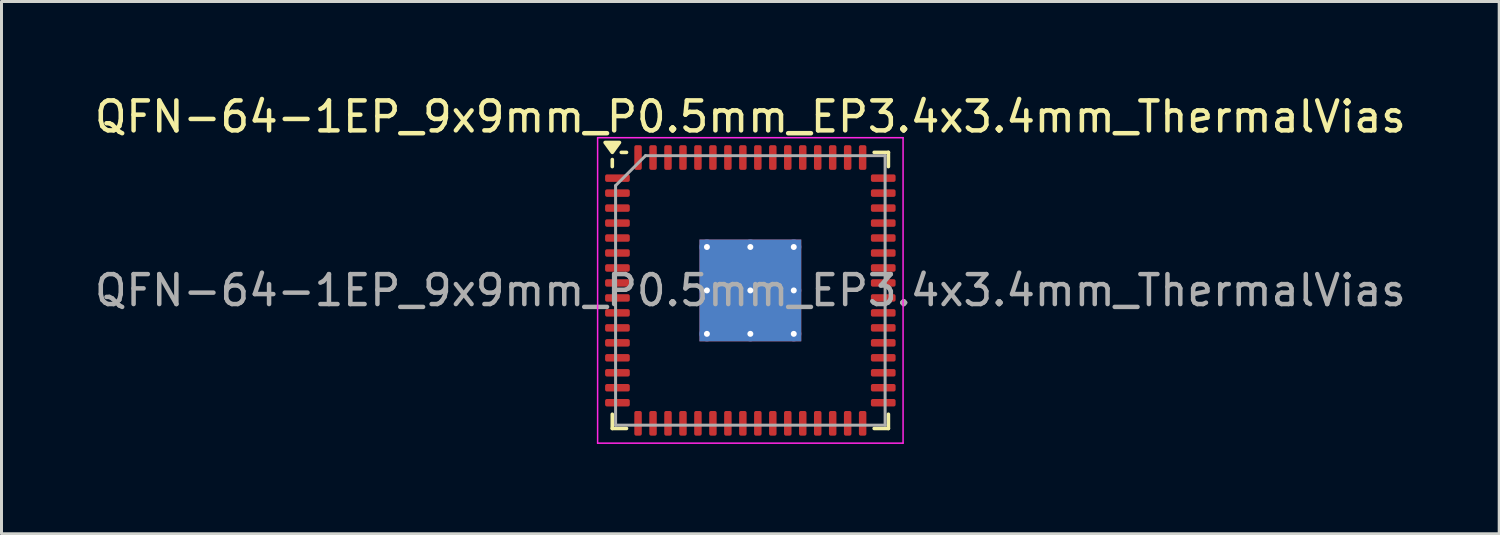
<source format=kicad_pcb>
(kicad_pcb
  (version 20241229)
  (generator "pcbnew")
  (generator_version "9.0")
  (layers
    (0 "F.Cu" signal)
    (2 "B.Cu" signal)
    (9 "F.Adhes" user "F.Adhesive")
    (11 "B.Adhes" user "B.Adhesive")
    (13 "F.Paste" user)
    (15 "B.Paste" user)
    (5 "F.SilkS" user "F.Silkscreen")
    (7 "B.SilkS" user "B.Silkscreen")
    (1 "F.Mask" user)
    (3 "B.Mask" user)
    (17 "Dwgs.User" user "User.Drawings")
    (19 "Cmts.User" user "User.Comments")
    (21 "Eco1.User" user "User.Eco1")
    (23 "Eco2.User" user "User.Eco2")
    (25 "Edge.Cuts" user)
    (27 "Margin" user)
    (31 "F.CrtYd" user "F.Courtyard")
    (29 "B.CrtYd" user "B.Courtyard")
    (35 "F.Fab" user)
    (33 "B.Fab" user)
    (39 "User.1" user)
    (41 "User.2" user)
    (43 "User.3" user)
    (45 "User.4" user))
  (footprint "QFN-64-1EP_9x9mm_P0.5mm_EP3.4x3.4mm_ThermalVias"
    (layer "F.Cu")
    (at 22.006 6.648)
    (property "Reference" "QFN-64-1EP_9x9mm_P0.5mm_EP3.4x3.4mm_ThermalVias" (at 0 -5.8 0) (layer "F.SilkS") (effects (font (size 1 1) (thickness 0.15))))
    (attr smd)
    (fp_line (start -4.61 -4.135) (end -4.61 -4.37) (stroke (width 0.12) (type solid)) (layer "F.SilkS"))
    (fp_line (start -4.61 4.61) (end -4.61 4.135) (stroke (width 0.12) (type solid)) (layer "F.SilkS"))
    (fp_line (start -4.135 -4.61) (end -4.31 -4.61) (stroke (width 0.12) (type solid)) (layer "F.SilkS"))
    (fp_line (start -4.135 4.61) (end -4.61 4.61) (stroke (width 0.12) (type solid)) (layer "F.SilkS"))
    (fp_line (start 4.135 -4.61) (end 4.61 -4.61) (stroke (width 0.12) (type solid)) (layer "F.SilkS"))
    (fp_line (start 4.135 4.61) (end 4.61 4.61) (stroke (width 0.12) (type solid)) (layer "F.SilkS"))
    (fp_line (start 4.61 -4.61) (end 4.61 -4.135) (stroke (width 0.12) (type solid)) (layer "F.SilkS"))
    (fp_line (start 4.61 4.61) (end 4.61 4.135) (stroke (width 0.12) (type solid)) (layer "F.SilkS"))
    (fp_poly (pts (xy -4.61 -4.61) (xy -4.85 -4.94) (xy -4.37 -4.94) (xy -4.61 -4.61)) (stroke (width 0.12) (type solid)) (fill yes) (layer "F.SilkS"))
    (fp_line (start -5.1 -5.1) (end -5.1 5.1) (stroke (width 0.05) (type solid)) (layer "F.CrtYd"))
    (fp_line (start -5.1 5.1) (end 5.1 5.1) (stroke (width 0.05) (type solid)) (layer "F.CrtYd"))
    (fp_line (start 5.1 -5.1) (end -5.1 -5.1) (stroke (width 0.05) (type solid)) (layer "F.CrtYd"))
    (fp_line (start 5.1 5.1) (end 5.1 -5.1) (stroke (width 0.05) (type solid)) (layer "F.CrtYd"))
    (fp_line (start -4.5 -3.5) (end -3.5 -4.5) (stroke (width 0.1) (type solid)) (layer "F.Fab"))
    (fp_line (start -4.5 4.5) (end -4.5 -3.5) (stroke (width 0.1) (type solid)) (layer "F.Fab"))
    (fp_line (start -3.5 -4.5) (end 4.5 -4.5) (stroke (width 0.1) (type solid)) (layer "F.Fab"))
    (fp_line (start 4.5 -4.5) (end 4.5 4.5) (stroke (width 0.1) (type solid)) (layer "F.Fab"))
    (fp_line (start 4.5 4.5) (end -4.5 4.5) (stroke (width 0.1) (type solid)) (layer "F.Fab"))
    (fp_text user "${REFERENCE}" (at 0 0 0) (layer "F.Fab") (effects (font (size 1 1) (thickness 0.15))))
    (pad "" smd custom (at -0.8 -0.8) (size 1.227 1.227) (layers "F.Paste") (options (anchor circle)) (primitives (gr_poly (pts (xy -0.541 -0.422) (xy -0.422 -0.541) (xy 0.422 -0.541) (xy 0.541 -0.422) (xy 0.541 0.422) (xy 0.422 0.541) (xy -0.422 0.541) (xy -0.541 0.422)) (width 0.288) (fill yes))))
    (pad "" smd custom (at -0.8 0.79) (size 1.227 1.227) (layers "F.Paste") (options (anchor circle)) (primitives (gr_poly (pts (xy -0.541 -0.422) (xy -0.422 -0.541) (xy 0.422 -0.541) (xy 0.541 -0.422) (xy 0.541 0.422) (xy 0.422 0.541) (xy -0.422 0.541) (xy -0.541 0.422)) (width 0.288) (fill yes))))
    (pad "" smd custom (at 0.79 -0.8) (size 1.227 1.227) (layers "F.Paste") (options (anchor circle)) (primitives (gr_poly (pts (xy -0.541 -0.422) (xy -0.422 -0.541) (xy 0.422 -0.541) (xy 0.541 -0.422) (xy 0.541 0.422) (xy 0.422 0.541) (xy -0.422 0.541) (xy -0.541 0.422)) (width 0.288) (fill yes))))
    (pad "" smd custom (at 0.79 0.79) (size 1.227 1.227) (layers "F.Paste") (options (anchor circle)) (primitives (gr_poly (pts (xy -0.541 -0.422) (xy -0.422 -0.541) (xy 0.422 -0.541) (xy 0.541 -0.422) (xy 0.541 0.422) (xy 0.422 0.541) (xy -0.422 0.541) (xy -0.541 0.422)) (width 0.288) (fill yes))))
    (pad "1" smd roundrect (at -4.438 -3.75) (size 0.825 0.25) (layers "F.Cu" "F.Mask" "F.Paste") (roundrect_rratio 0.25))
    (pad "2" smd roundrect (at -4.438 -3.25) (size 0.825 0.25) (layers "F.Cu" "F.Mask" "F.Paste") (roundrect_rratio 0.25))
    (pad "3" smd roundrect (at -4.438 -2.75) (size 0.825 0.25) (layers "F.Cu" "F.Mask" "F.Paste") (roundrect_rratio 0.25))
    (pad "4" smd roundrect (at -4.438 -2.25) (size 0.825 0.25) (layers "F.Cu" "F.Mask" "F.Paste") (roundrect_rratio 0.25))
    (pad "5" smd roundrect (at -4.438 -1.75) (size 0.825 0.25) (layers "F.Cu" "F.Mask" "F.Paste") (roundrect_rratio 0.25))
    (pad "6" smd roundrect (at -4.438 -1.25) (size 0.825 0.25) (layers "F.Cu" "F.Mask" "F.Paste") (roundrect_rratio 0.25))
    (pad "7" smd roundrect (at -4.438 -0.75) (size 0.825 0.25) (layers "F.Cu" "F.Mask" "F.Paste") (roundrect_rratio 0.25))
    (pad "8" smd roundrect (at -4.438 -0.25) (size 0.825 0.25) (layers "F.Cu" "F.Mask" "F.Paste") (roundrect_rratio 0.25))
    (pad "9" smd roundrect (at -4.438 0.25) (size 0.825 0.25) (layers "F.Cu" "F.Mask" "F.Paste") (roundrect_rratio 0.25))
    (pad "10" smd roundrect (at -4.438 0.75) (size 0.825 0.25) (layers "F.Cu" "F.Mask" "F.Paste") (roundrect_rratio 0.25))
    (pad "11" smd roundrect (at -4.438 1.25) (size 0.825 0.25) (layers "F.Cu" "F.Mask" "F.Paste") (roundrect_rratio 0.25))
    (pad "12" smd roundrect (at -4.438 1.75) (size 0.825 0.25) (layers "F.Cu" "F.Mask" "F.Paste") (roundrect_rratio 0.25))
    (pad "13" smd roundrect (at -4.438 2.25) (size 0.825 0.25) (layers "F.Cu" "F.Mask" "F.Paste") (roundrect_rratio 0.25))
    (pad "14" smd roundrect (at -4.438 2.75) (size 0.825 0.25) (layers "F.Cu" "F.Mask" "F.Paste") (roundrect_rratio 0.25))
    (pad "15" smd roundrect (at -4.438 3.25) (size 0.825 0.25) (layers "F.Cu" "F.Mask" "F.Paste") (roundrect_rratio 0.25))
    (pad "16" smd roundrect (at -4.438 3.75) (size 0.825 0.25) (layers "F.Cu" "F.Mask" "F.Paste") (roundrect_rratio 0.25))
    (pad "17" smd roundrect (at -3.75 4.438) (size 0.25 0.825) (layers "F.Cu" "F.Mask" "F.Paste") (roundrect_rratio 0.25))
    (pad "18" smd roundrect (at -3.25 4.438) (size 0.25 0.825) (layers "F.Cu" "F.Mask" "F.Paste") (roundrect_rratio 0.25))
    (pad "19" smd roundrect (at -2.75 4.438) (size 0.25 0.825) (layers "F.Cu" "F.Mask" "F.Paste") (roundrect_rratio 0.25))
    (pad "20" smd roundrect (at -2.25 4.438) (size 0.25 0.825) (layers "F.Cu" "F.Mask" "F.Paste") (roundrect_rratio 0.25))
    (pad "21" smd roundrect (at -1.75 4.438) (size 0.25 0.825) (layers "F.Cu" "F.Mask" "F.Paste") (roundrect_rratio 0.25))
    (pad "22" smd roundrect (at -1.25 4.438) (size 0.25 0.825) (layers "F.Cu" "F.Mask" "F.Paste") (roundrect_rratio 0.25))
    (pad "23" smd roundrect (at -0.75 4.438) (size 0.25 0.825) (layers "F.Cu" "F.Mask" "F.Paste") (roundrect_rratio 0.25))
    (pad "24" smd roundrect (at -0.25 4.438) (size 0.25 0.825) (layers "F.Cu" "F.Mask" "F.Paste") (roundrect_rratio 0.25))
    (pad "25" smd roundrect (at 0.25 4.438) (size 0.25 0.825) (layers "F.Cu" "F.Mask" "F.Paste") (roundrect_rratio 0.25))
    (pad "26" smd roundrect (at 0.75 4.438) (size 0.25 0.825) (layers "F.Cu" "F.Mask" "F.Paste") (roundrect_rratio 0.25))
    (pad "27" smd roundrect (at 1.25 4.438) (size 0.25 0.825) (layers "F.Cu" "F.Mask" "F.Paste") (roundrect_rratio 0.25))
    (pad "28" smd roundrect (at 1.75 4.438) (size 0.25 0.825) (layers "F.Cu" "F.Mask" "F.Paste") (roundrect_rratio 0.25))
    (pad "29" smd roundrect (at 2.25 4.438) (size 0.25 0.825) (layers "F.Cu" "F.Mask" "F.Paste") (roundrect_rratio 0.25))
    (pad "30" smd roundrect (at 2.75 4.438) (size 0.25 0.825) (layers "F.Cu" "F.Mask" "F.Paste") (roundrect_rratio 0.25))
    (pad "31" smd roundrect (at 3.25 4.438) (size 0.25 0.825) (layers "F.Cu" "F.Mask" "F.Paste") (roundrect_rratio 0.25))
    (pad "32" smd roundrect (at 3.75 4.438) (size 0.25 0.825) (layers "F.Cu" "F.Mask" "F.Paste") (roundrect_rratio 0.25))
    (pad "33" smd roundrect (at 4.438 3.75) (size 0.825 0.25) (layers "F.Cu" "F.Mask" "F.Paste") (roundrect_rratio 0.25))
    (pad "34" smd roundrect (at 4.438 3.25) (size 0.825 0.25) (layers "F.Cu" "F.Mask" "F.Paste") (roundrect_rratio 0.25))
    (pad "35" smd roundrect (at 4.438 2.75) (size 0.825 0.25) (layers "F.Cu" "F.Mask" "F.Paste") (roundrect_rratio 0.25))
    (pad "36" smd roundrect (at 4.438 2.25) (size 0.825 0.25) (layers "F.Cu" "F.Mask" "F.Paste") (roundrect_rratio 0.25))
    (pad "37" smd roundrect (at 4.438 1.75) (size 0.825 0.25) (layers "F.Cu" "F.Mask" "F.Paste") (roundrect_rratio 0.25))
    (pad "38" smd roundrect (at 4.438 1.25) (size 0.825 0.25) (layers "F.Cu" "F.Mask" "F.Paste") (roundrect_rratio 0.25))
    (pad "39" smd roundrect (at 4.438 0.75) (size 0.825 0.25) (layers "F.Cu" "F.Mask" "F.Paste") (roundrect_rratio 0.25))
    (pad "40" smd roundrect (at 4.438 0.25) (size 0.825 0.25) (layers "F.Cu" "F.Mask" "F.Paste") (roundrect_rratio 0.25))
    (pad "41" smd roundrect (at 4.438 -0.25) (size 0.825 0.25) (layers "F.Cu" "F.Mask" "F.Paste") (roundrect_rratio 0.25))
    (pad "42" smd roundrect (at 4.438 -0.75) (size 0.825 0.25) (layers "F.Cu" "F.Mask" "F.Paste") (roundrect_rratio 0.25))
    (pad "43" smd roundrect (at 4.438 -1.25) (size 0.825 0.25) (layers "F.Cu" "F.Mask" "F.Paste") (roundrect_rratio 0.25))
    (pad "44" smd roundrect (at 4.438 -1.75) (size 0.825 0.25) (layers "F.Cu" "F.Mask" "F.Paste") (roundrect_rratio 0.25))
    (pad "45" smd roundrect (at 4.438 -2.25) (size 0.825 0.25) (layers "F.Cu" "F.Mask" "F.Paste") (roundrect_rratio 0.25))
    (pad "46" smd roundrect (at 4.438 -2.75) (size 0.825 0.25) (layers "F.Cu" "F.Mask" "F.Paste") (roundrect_rratio 0.25))
    (pad "47" smd roundrect (at 4.438 -3.25) (size 0.825 0.25) (layers "F.Cu" "F.Mask" "F.Paste") (roundrect_rratio 0.25))
    (pad "48" smd roundrect (at 4.438 -3.75) (size 0.825 0.25) (layers "F.Cu" "F.Mask" "F.Paste") (roundrect_rratio 0.25))
    (pad "49" smd roundrect (at 3.75 -4.438) (size 0.25 0.825) (layers "F.Cu" "F.Mask" "F.Paste") (roundrect_rratio 0.25))
    (pad "50" smd roundrect (at 3.25 -4.438) (size 0.25 0.825) (layers "F.Cu" "F.Mask" "F.Paste") (roundrect_rratio 0.25))
    (pad "51" smd roundrect (at 2.75 -4.438) (size 0.25 0.825) (layers "F.Cu" "F.Mask" "F.Paste") (roundrect_rratio 0.25))
    (pad "52" smd roundrect (at 2.25 -4.438) (size 0.25 0.825) (layers "F.Cu" "F.Mask" "F.Paste") (roundrect_rratio 0.25))
    (pad "53" smd roundrect (at 1.75 -4.438) (size 0.25 0.825) (layers "F.Cu" "F.Mask" "F.Paste") (roundrect_rratio 0.25))
    (pad "54" smd roundrect (at 1.25 -4.438) (size 0.25 0.825) (layers "F.Cu" "F.Mask" "F.Paste") (roundrect_rratio 0.25))
    (pad "55" smd roundrect (at 0.75 -4.438) (size 0.25 0.825) (layers "F.Cu" "F.Mask" "F.Paste") (roundrect_rratio 0.25))
    (pad "56" smd roundrect (at 0.25 -4.438) (size 0.25 0.825) (layers "F.Cu" "F.Mask" "F.Paste") (roundrect_rratio 0.25))
    (pad "57" smd roundrect (at -0.25 -4.438) (size 0.25 0.825) (layers "F.Cu" "F.Mask" "F.Paste") (roundrect_rratio 0.25))
    (pad "58" smd roundrect (at -0.75 -4.438) (size 0.25 0.825) (layers "F.Cu" "F.Mask" "F.Paste") (roundrect_rratio 0.25))
    (pad "59" smd roundrect (at -1.25 -4.438) (size 0.25 0.825) (layers "F.Cu" "F.Mask" "F.Paste") (roundrect_rratio 0.25))
    (pad "60" smd roundrect (at -1.75 -4.438) (size 0.25 0.825) (layers "F.Cu" "F.Mask" "F.Paste") (roundrect_rratio 0.25))
    (pad "61" smd roundrect (at -2.25 -4.438) (size 0.25 0.825) (layers "F.Cu" "F.Mask" "F.Paste") (roundrect_rratio 0.25))
    (pad "62" smd roundrect (at -2.75 -4.438) (size 0.25 0.825) (layers "F.Cu" "F.Mask" "F.Paste") (roundrect_rratio 0.25))
    (pad "63" smd roundrect (at -3.25 -4.438) (size 0.25 0.825) (layers "F.Cu" "F.Mask" "F.Paste") (roundrect_rratio 0.25))
    (pad "64" smd roundrect (at -3.75 -4.438) (size 0.25 0.825) (layers "F.Cu" "F.Mask" "F.Paste") (roundrect_rratio 0.25))
    (pad "65" thru_hole circle (at -1.45 -1.45) (size 0.5 0.5) (drill 0.2) (property pad_prop_heatsink) (layers "*.Cu"))
    (pad "65" thru_hole circle (at -1.45 0) (size 0.5 0.5) (drill 0.2) (property pad_prop_heatsink) (layers "*.Cu"))
    (pad "65" thru_hole circle (at -1.45 1.45) (size 0.5 0.5) (drill 0.2) (property pad_prop_heatsink) (layers "*.Cu"))
    (pad "65" thru_hole circle (at 0 -1.45) (size 0.5 0.5) (drill 0.2) (property pad_prop_heatsink) (layers "*.Cu"))
    (pad "65" thru_hole circle (at 0 0) (size 0.5 0.5) (drill 0.2) (property pad_prop_heatsink) (layers "*.Cu"))
    (pad "65" smd rect (at 0 0) (size 3.4 3.4) (property pad_prop_heatsink) (layers "F.Cu" "F.Mask"))
    (pad "65" smd rect (at 0 0) (size 3.4 3.4) (property pad_prop_heatsink) (layers "B.Cu"))
    (pad "65" thru_hole circle (at 0 1.45) (size 0.5 0.5) (drill 0.2) (property pad_prop_heatsink) (layers "*.Cu"))
    (pad "65" thru_hole circle (at 1.45 -1.45) (size 0.5 0.5) (drill 0.2) (property pad_prop_heatsink) (layers "*.Cu"))
    (pad "65" thru_hole circle (at 1.45 0) (size 0.5 0.5) (drill 0.2) (property pad_prop_heatsink) (layers "*.Cu"))
    (pad "65" thru_hole circle (at 1.45 1.45) (size 0.5 0.5) (drill 0.2) (property pad_prop_heatsink) (layers "*.Cu")))
  (gr_rect
    (start -3 -3)
    (end 47.012 14.773)
    (stroke (width 0.1) (type default))
    (fill no)
    (layer "Edge.Cuts")))
</source>
